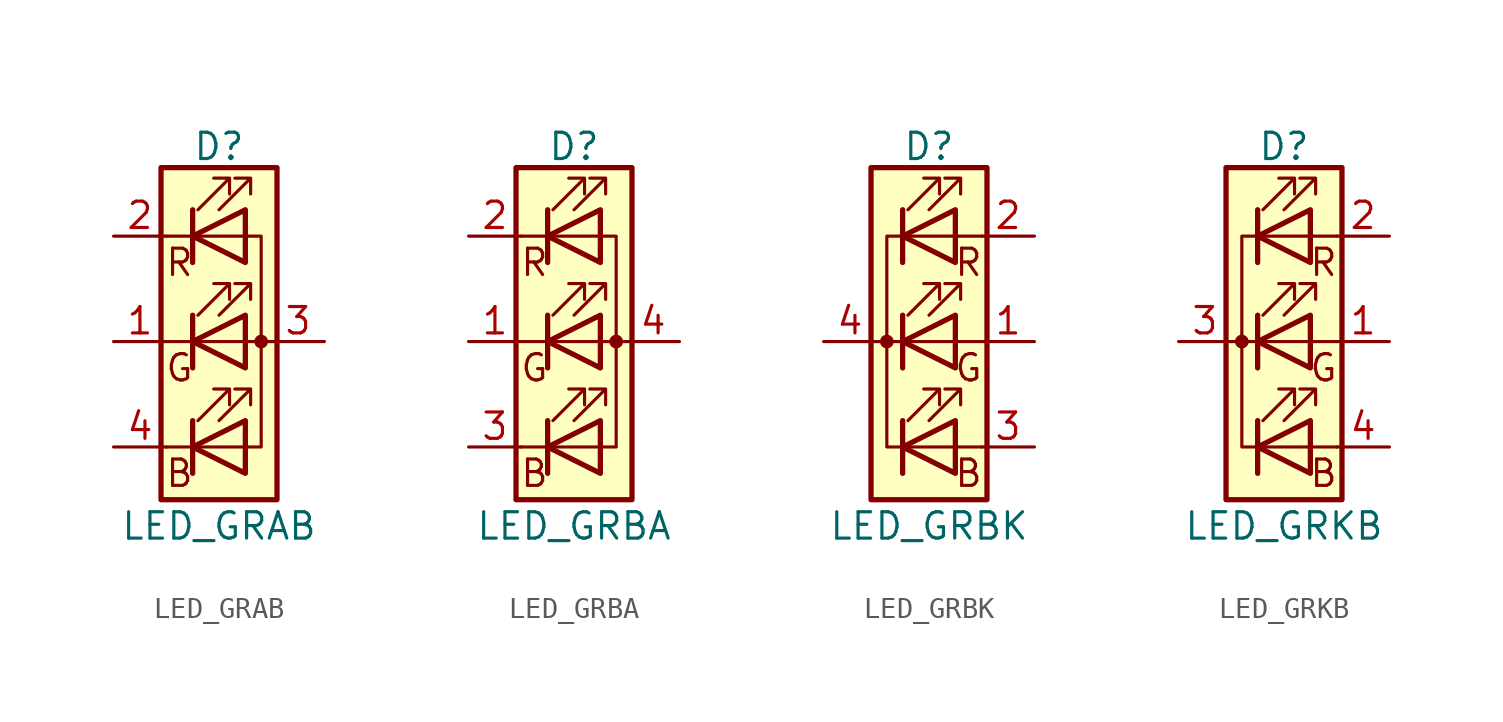
<source format=kicad_sym>
(kicad_symbol_lib
  (version 20241209)
  (generator "kicad_symbol_editor")
  (generator_version "9.0")
  (symbol "LED_GRAB"
    (pin_names
      (offset 0)
      (hide yes))
    (property "Reference" "D"
      (at 0 9.398 0)
      (effects (font (size 1.27 1.27))))
    (property "Value" "LED_GRAB"
      (at 0 -8.89 0)
      (effects (font (size 1.27 1.27))))
    (symbol "LED_GRAB_0_0"
      (text "R" (at -1.905 3.81 0) (effects (font (size 1.27 1.27))))
      (text "G" (at -1.905 -1.27 0) (effects (font (size 1.27 1.27))))
      (text "B" (at -1.905 -6.35 0) (effects (font (size 1.27 1.27)))))
    (symbol "LED_GRAB_0_1"
      (polyline (pts (xy -1.27 6.35) (xy -1.27 3.81)) (stroke (width 0.254) (type default)) (fill (type none)))
      (polyline (pts (xy -1.27 6.35) (xy -1.27 3.81) (xy -1.27 3.81)) (stroke (width 0) (type default)) (fill (type none)))
      (polyline (pts (xy -1.27 5.08) (xy -2.54 5.08)) (stroke (width 0) (type default)) (fill (type none)))
      (polyline (pts (xy -1.27 5.08) (xy 1.27 5.08)) (stroke (width 0) (type default)) (fill (type none)))
      (polyline (pts (xy -1.27 1.27) (xy -1.27 -1.27)) (stroke (width 0.254) (type default)) (fill (type none)))
      (polyline (pts (xy -1.27 1.27) (xy -1.27 -1.27) (xy -1.27 -1.27)) (stroke (width 0) (type default)) (fill (type none)))
      (polyline (pts (xy -1.27 0) (xy -2.54 0)) (stroke (width 0) (type default)) (fill (type none)))
      (polyline (pts (xy -1.27 -3.81) (xy -1.27 -6.35)) (stroke (width 0.254) (type default)) (fill (type none)))
      (polyline (pts (xy -1.27 -5.08) (xy -2.54 -5.08)) (stroke (width 0) (type default)) (fill (type none)))
      (polyline (pts (xy -1.27 -5.08) (xy 1.27 -5.08)) (stroke (width 0) (type default)) (fill (type none)))
      (polyline (pts (xy -1.016 6.35) (xy 0.508 7.874) (xy -0.254 7.874) (xy 0.508 7.874) (xy 0.508 7.112)) (stroke (width 0) (type default)) (fill (type none)))
      (polyline (pts (xy -1.016 1.27) (xy 0.508 2.794) (xy -0.254 2.794) (xy 0.508 2.794) (xy 0.508 2.032)) (stroke (width 0) (type default)) (fill (type none)))
      (polyline (pts (xy -1.016 -3.81) (xy 0.508 -2.286) (xy -0.254 -2.286) (xy 0.508 -2.286) (xy 0.508 -3.048)) (stroke (width 0) (type default)) (fill (type none)))
      (polyline (pts (xy 0 6.35) (xy 1.524 7.874) (xy 0.762 7.874) (xy 1.524 7.874) (xy 1.524 7.112)) (stroke (width 0) (type default)) (fill (type none)))
      (polyline (pts (xy 0 1.27) (xy 1.524 2.794) (xy 0.762 2.794) (xy 1.524 2.794) (xy 1.524 2.032)) (stroke (width 0) (type default)) (fill (type none)))
      (polyline (pts (xy 0 -3.81) (xy 1.524 -2.286) (xy 0.762 -2.286) (xy 1.524 -2.286) (xy 1.524 -3.048)) (stroke (width 0) (type default)) (fill (type none)))
      (polyline (pts (xy 1.27 6.35) (xy 1.27 3.81) (xy -1.27 5.08) (xy 1.27 6.35)) (stroke (width 0.254) (type default)) (fill (type none)))
      (rectangle (start 1.27 6.35) (end 1.27 6.35) (stroke (width 0) (type default)) (fill (type none)))
      (rectangle (start 1.27 3.81) (end 1.27 6.35) (stroke (width 0) (type default)) (fill (type none)))
      (polyline (pts (xy 1.27 1.27) (xy 1.27 -1.27) (xy -1.27 0) (xy 1.27 1.27)) (stroke (width 0.254) (type default)) (fill (type none)))
      (rectangle (start 1.27 1.27) (end 1.27 1.27) (stroke (width 0) (type default)) (fill (type none)))
      (polyline (pts (xy 1.27 0) (xy -1.27 0)) (stroke (width 0) (type default)) (fill (type none)))
      (polyline (pts (xy 1.27 0) (xy 2.54 0)) (stroke (width 0) (type default)) (fill (type none)))
      (rectangle (start 1.27 -1.27) (end 1.27 1.27) (stroke (width 0) (type default)) (fill (type none)))
      (polyline (pts (xy 1.27 -3.81) (xy 1.27 -6.35) (xy -1.27 -5.08) (xy 1.27 -3.81)) (stroke (width 0.254) (type default)) (fill (type none)))
      (polyline (pts (xy 1.27 -5.08) (xy 2.032 -5.08) (xy 2.032 5.08) (xy 1.27 5.08)) (stroke (width 0) (type default)) (fill (type none)))
      (circle (center 2.032 0) (radius 0.254) (stroke (width 0) (type default)) (fill (type outline)))
      (rectangle (start 2.794 8.382) (end -2.794 -7.62) (stroke (width 0.254) (type default)) (fill (type background))))
    (symbol "LED_GRAB_1_1"
      (pin passive line (at -5.08 5.08 0) (length 2.54) (name "RK" (effects (font (size 1.27 1.27)))) (number "2" (effects (font (size 1.27 1.27)))))
      (pin passive line (at -5.08 0 0) (length 2.54) (name "GK" (effects (font (size 1.27 1.27)))) (number "1" (effects (font (size 1.27 1.27)))))
      (pin passive line (at -5.08 -5.08 0) (length 2.54) (name "BK" (effects (font (size 1.27 1.27)))) (number "4" (effects (font (size 1.27 1.27)))))
      (pin passive line (at 5.08 0 180) (length 2.54) (name "A" (effects (font (size 1.27 1.27)))) (number "3" (effects (font (size 1.27 1.27)))))))
  (symbol "LED_GRBA"
    (pin_names
      (offset 0)
      (hide yes))
    (property "Reference" "D"
      (at 0 9.398 0)
      (effects (font (size 1.27 1.27))))
    (property "Value" "LED_GRBA"
      (at 0 -8.89 0)
      (effects (font (size 1.27 1.27))))
    (symbol "LED_GRBA_0_0"
      (text "R" (at -1.905 3.81 0) (effects (font (size 1.27 1.27))))
      (text "G" (at -1.905 -1.27 0) (effects (font (size 1.27 1.27))))
      (text "B" (at -1.905 -6.35 0) (effects (font (size 1.27 1.27)))))
    (symbol "LED_GRBA_0_1"
      (polyline (pts (xy -1.27 6.35) (xy -1.27 3.81)) (stroke (width 0.254) (type default)) (fill (type none)))
      (polyline (pts (xy -1.27 6.35) (xy -1.27 3.81) (xy -1.27 3.81)) (stroke (width 0) (type default)) (fill (type none)))
      (polyline (pts (xy -1.27 5.08) (xy -2.54 5.08)) (stroke (width 0) (type default)) (fill (type none)))
      (polyline (pts (xy -1.27 5.08) (xy 1.27 5.08)) (stroke (width 0) (type default)) (fill (type none)))
      (polyline (pts (xy -1.27 1.27) (xy -1.27 -1.27)) (stroke (width 0.254) (type default)) (fill (type none)))
      (polyline (pts (xy -1.27 1.27) (xy -1.27 -1.27) (xy -1.27 -1.27)) (stroke (width 0) (type default)) (fill (type none)))
      (polyline (pts (xy -1.27 0) (xy -2.54 0)) (stroke (width 0) (type default)) (fill (type none)))
      (polyline (pts (xy -1.27 -3.81) (xy -1.27 -6.35)) (stroke (width 0.254) (type default)) (fill (type none)))
      (polyline (pts (xy -1.27 -5.08) (xy -2.54 -5.08)) (stroke (width 0) (type default)) (fill (type none)))
      (polyline (pts (xy -1.27 -5.08) (xy 1.27 -5.08)) (stroke (width 0) (type default)) (fill (type none)))
      (polyline (pts (xy -1.016 6.35) (xy 0.508 7.874) (xy -0.254 7.874) (xy 0.508 7.874) (xy 0.508 7.112)) (stroke (width 0) (type default)) (fill (type none)))
      (polyline (pts (xy -1.016 1.27) (xy 0.508 2.794) (xy -0.254 2.794) (xy 0.508 2.794) (xy 0.508 2.032)) (stroke (width 0) (type default)) (fill (type none)))
      (polyline (pts (xy -1.016 -3.81) (xy 0.508 -2.286) (xy -0.254 -2.286) (xy 0.508 -2.286) (xy 0.508 -3.048)) (stroke (width 0) (type default)) (fill (type none)))
      (polyline (pts (xy 0 6.35) (xy 1.524 7.874) (xy 0.762 7.874) (xy 1.524 7.874) (xy 1.524 7.112)) (stroke (width 0) (type default)) (fill (type none)))
      (polyline (pts (xy 0 1.27) (xy 1.524 2.794) (xy 0.762 2.794) (xy 1.524 2.794) (xy 1.524 2.032)) (stroke (width 0) (type default)) (fill (type none)))
      (polyline (pts (xy 0 -3.81) (xy 1.524 -2.286) (xy 0.762 -2.286) (xy 1.524 -2.286) (xy 1.524 -3.048)) (stroke (width 0) (type default)) (fill (type none)))
      (polyline (pts (xy 1.27 6.35) (xy 1.27 3.81) (xy -1.27 5.08) (xy 1.27 6.35)) (stroke (width 0.254) (type default)) (fill (type none)))
      (rectangle (start 1.27 6.35) (end 1.27 6.35) (stroke (width 0) (type default)) (fill (type none)))
      (rectangle (start 1.27 3.81) (end 1.27 6.35) (stroke (width 0) (type default)) (fill (type none)))
      (polyline (pts (xy 1.27 1.27) (xy 1.27 -1.27) (xy -1.27 0) (xy 1.27 1.27)) (stroke (width 0.254) (type default)) (fill (type none)))
      (rectangle (start 1.27 1.27) (end 1.27 1.27) (stroke (width 0) (type default)) (fill (type none)))
      (polyline (pts (xy 1.27 0) (xy -1.27 0)) (stroke (width 0) (type default)) (fill (type none)))
      (polyline (pts (xy 1.27 0) (xy 2.54 0)) (stroke (width 0) (type default)) (fill (type none)))
      (rectangle (start 1.27 -1.27) (end 1.27 1.27) (stroke (width 0) (type default)) (fill (type none)))
      (polyline (pts (xy 1.27 -3.81) (xy 1.27 -6.35) (xy -1.27 -5.08) (xy 1.27 -3.81)) (stroke (width 0.254) (type default)) (fill (type none)))
      (polyline (pts (xy 1.27 -5.08) (xy 2.032 -5.08) (xy 2.032 5.08) (xy 1.27 5.08)) (stroke (width 0) (type default)) (fill (type none)))
      (circle (center 2.032 0) (radius 0.254) (stroke (width 0) (type default)) (fill (type outline)))
      (rectangle (start 2.794 8.382) (end -2.794 -7.62) (stroke (width 0.254) (type default)) (fill (type background))))
    (symbol "LED_GRBA_1_1"
      (pin passive line (at -5.08 5.08 0) (length 2.54) (name "RK" (effects (font (size 1.27 1.27)))) (number "2" (effects (font (size 1.27 1.27)))))
      (pin passive line (at -5.08 0 0) (length 2.54) (name "GK" (effects (font (size 1.27 1.27)))) (number "1" (effects (font (size 1.27 1.27)))))
      (pin passive line (at -5.08 -5.08 0) (length 2.54) (name "BK" (effects (font (size 1.27 1.27)))) (number "3" (effects (font (size 1.27 1.27)))))
      (pin passive line (at 5.08 0 180) (length 2.54) (name "A" (effects (font (size 1.27 1.27)))) (number "4" (effects (font (size 1.27 1.27)))))))
  (symbol "LED_GRBK"
    (pin_names
      (offset 0)
      (hide yes))
    (property "Reference" "D"
      (at 0 9.398 0)
      (effects (font (size 1.27 1.27))))
    (property "Value" "LED_GRBK"
      (at 0 -8.89 0)
      (effects (font (size 1.27 1.27))))
    (symbol "LED_GRBK_0_0"
      (text "R" (at 1.905 3.81 0) (effects (font (size 1.27 1.27))))
      (text "G" (at 1.905 -1.27 0) (effects (font (size 1.27 1.27))))
      (text "B" (at 1.905 -6.35 0) (effects (font (size 1.27 1.27)))))
    (symbol "LED_GRBK_0_1"
      (circle (center -2.032 0) (radius 0.254) (stroke (width 0) (type default)) (fill (type outline)))
      (polyline (pts (xy -1.27 6.35) (xy -1.27 3.81)) (stroke (width 0.254) (type default)) (fill (type none)))
      (polyline (pts (xy -1.27 6.35) (xy -1.27 3.81) (xy -1.27 3.81)) (stroke (width 0) (type default)) (fill (type none)))
      (polyline (pts (xy -1.27 5.08) (xy 1.27 5.08)) (stroke (width 0) (type default)) (fill (type none)))
      (polyline (pts (xy -1.27 5.08) (xy -2.032 5.08) (xy -2.032 -5.08) (xy -1.016 -5.08)) (stroke (width 0) (type default)) (fill (type none)))
      (polyline (pts (xy -1.27 1.27) (xy -1.27 -1.27)) (stroke (width 0.254) (type default)) (fill (type none)))
      (polyline (pts (xy -1.27 1.27) (xy -1.27 -1.27) (xy -1.27 -1.27)) (stroke (width 0) (type default)) (fill (type none)))
      (polyline (pts (xy -1.27 0) (xy -2.54 0)) (stroke (width 0) (type default)) (fill (type none)))
      (polyline (pts (xy -1.27 -3.81) (xy -1.27 -6.35)) (stroke (width 0.254) (type default)) (fill (type none)))
      (polyline (pts (xy -1.27 -5.08) (xy 1.27 -5.08)) (stroke (width 0) (type default)) (fill (type none)))
      (polyline (pts (xy -1.016 6.35) (xy 0.508 7.874) (xy -0.254 7.874) (xy 0.508 7.874) (xy 0.508 7.112)) (stroke (width 0) (type default)) (fill (type none)))
      (polyline (pts (xy -1.016 1.27) (xy 0.508 2.794) (xy -0.254 2.794) (xy 0.508 2.794) (xy 0.508 2.032)) (stroke (width 0) (type default)) (fill (type none)))
      (polyline (pts (xy -1.016 -3.81) (xy 0.508 -2.286) (xy -0.254 -2.286) (xy 0.508 -2.286) (xy 0.508 -3.048)) (stroke (width 0) (type default)) (fill (type none)))
      (polyline (pts (xy 0 6.35) (xy 1.524 7.874) (xy 0.762 7.874) (xy 1.524 7.874) (xy 1.524 7.112)) (stroke (width 0) (type default)) (fill (type none)))
      (polyline (pts (xy 0 1.27) (xy 1.524 2.794) (xy 0.762 2.794) (xy 1.524 2.794) (xy 1.524 2.032)) (stroke (width 0) (type default)) (fill (type none)))
      (polyline (pts (xy 0 -3.81) (xy 1.524 -2.286) (xy 0.762 -2.286) (xy 1.524 -2.286) (xy 1.524 -3.048)) (stroke (width 0) (type default)) (fill (type none)))
      (polyline (pts (xy 1.27 6.35) (xy 1.27 3.81) (xy -1.27 5.08) (xy 1.27 6.35)) (stroke (width 0.254) (type default)) (fill (type none)))
      (rectangle (start 1.27 6.35) (end 1.27 6.35) (stroke (width 0) (type default)) (fill (type none)))
      (polyline (pts (xy 1.27 5.08) (xy 2.54 5.08)) (stroke (width 0) (type default)) (fill (type none)))
      (rectangle (start 1.27 3.81) (end 1.27 6.35) (stroke (width 0) (type default)) (fill (type none)))
      (polyline (pts (xy 1.27 1.27) (xy 1.27 -1.27) (xy -1.27 0) (xy 1.27 1.27)) (stroke (width 0.254) (type default)) (fill (type none)))
      (rectangle (start 1.27 1.27) (end 1.27 1.27) (stroke (width 0) (type default)) (fill (type none)))
      (polyline (pts (xy 1.27 0) (xy -1.27 0)) (stroke (width 0) (type default)) (fill (type none)))
      (polyline (pts (xy 1.27 0) (xy 2.54 0)) (stroke (width 0) (type default)) (fill (type none)))
      (rectangle (start 1.27 -1.27) (end 1.27 1.27) (stroke (width 0) (type default)) (fill (type none)))
      (polyline (pts (xy 1.27 -3.81) (xy 1.27 -6.35) (xy -1.27 -5.08) (xy 1.27 -3.81)) (stroke (width 0.254) (type default)) (fill (type none)))
      (polyline (pts (xy 1.27 -5.08) (xy 2.54 -5.08)) (stroke (width 0) (type default)) (fill (type none)))
      (rectangle (start 2.794 8.382) (end -2.794 -7.62) (stroke (width 0.254) (type default)) (fill (type background))))
    (symbol "LED_GRBK_1_1"
      (pin passive line (at -5.08 0 0) (length 2.54) (name "K" (effects (font (size 1.27 1.27)))) (number "4" (effects (font (size 1.27 1.27)))))
      (pin passive line (at 5.08 5.08 180) (length 2.54) (name "RA" (effects (font (size 1.27 1.27)))) (number "2" (effects (font (size 1.27 1.27)))))
      (pin passive line (at 5.08 0 180) (length 2.54) (name "GA" (effects (font (size 1.27 1.27)))) (number "1" (effects (font (size 1.27 1.27)))))
      (pin passive line (at 5.08 -5.08 180) (length 2.54) (name "BA" (effects (font (size 1.27 1.27)))) (number "3" (effects (font (size 1.27 1.27)))))))
  (symbol "LED_GRKB"
    (pin_names
      (offset 0)
      (hide yes))
    (property "Reference" "D"
      (at 0 9.398 0)
      (effects (font (size 1.27 1.27))))
    (property "Value" "LED_GRKB"
      (at 0 -8.89 0)
      (effects (font (size 1.27 1.27))))
    (symbol "LED_GRKB_0_0"
      (text "R" (at 1.905 3.81 0) (effects (font (size 1.27 1.27))))
      (text "G" (at 1.905 -1.27 0) (effects (font (size 1.27 1.27))))
      (text "B" (at 1.905 -6.35 0) (effects (font (size 1.27 1.27)))))
    (symbol "LED_GRKB_0_1"
      (circle (center -2.032 0) (radius 0.254) (stroke (width 0) (type default)) (fill (type outline)))
      (polyline (pts (xy -1.27 6.35) (xy -1.27 3.81)) (stroke (width 0.254) (type default)) (fill (type none)))
      (polyline (pts (xy -1.27 6.35) (xy -1.27 3.81) (xy -1.27 3.81)) (stroke (width 0) (type default)) (fill (type none)))
      (polyline (pts (xy -1.27 5.08) (xy 1.27 5.08)) (stroke (width 0) (type default)) (fill (type none)))
      (polyline (pts (xy -1.27 5.08) (xy -2.032 5.08) (xy -2.032 -5.08) (xy -1.016 -5.08)) (stroke (width 0) (type default)) (fill (type none)))
      (polyline (pts (xy -1.27 1.27) (xy -1.27 -1.27)) (stroke (width 0.254) (type default)) (fill (type none)))
      (polyline (pts (xy -1.27 1.27) (xy -1.27 -1.27) (xy -1.27 -1.27)) (stroke (width 0) (type default)) (fill (type none)))
      (polyline (pts (xy -1.27 0) (xy -2.54 0)) (stroke (width 0) (type default)) (fill (type none)))
      (polyline (pts (xy -1.27 -3.81) (xy -1.27 -6.35)) (stroke (width 0.254) (type default)) (fill (type none)))
      (polyline (pts (xy -1.27 -5.08) (xy 1.27 -5.08)) (stroke (width 0) (type default)) (fill (type none)))
      (polyline (pts (xy -1.016 6.35) (xy 0.508 7.874) (xy -0.254 7.874) (xy 0.508 7.874) (xy 0.508 7.112)) (stroke (width 0) (type default)) (fill (type none)))
      (polyline (pts (xy -1.016 1.27) (xy 0.508 2.794) (xy -0.254 2.794) (xy 0.508 2.794) (xy 0.508 2.032)) (stroke (width 0) (type default)) (fill (type none)))
      (polyline (pts (xy -1.016 -3.81) (xy 0.508 -2.286) (xy -0.254 -2.286) (xy 0.508 -2.286) (xy 0.508 -3.048)) (stroke (width 0) (type default)) (fill (type none)))
      (polyline (pts (xy 0 6.35) (xy 1.524 7.874) (xy 0.762 7.874) (xy 1.524 7.874) (xy 1.524 7.112)) (stroke (width 0) (type default)) (fill (type none)))
      (polyline (pts (xy 0 1.27) (xy 1.524 2.794) (xy 0.762 2.794) (xy 1.524 2.794) (xy 1.524 2.032)) (stroke (width 0) (type default)) (fill (type none)))
      (polyline (pts (xy 0 -3.81) (xy 1.524 -2.286) (xy 0.762 -2.286) (xy 1.524 -2.286) (xy 1.524 -3.048)) (stroke (width 0) (type default)) (fill (type none)))
      (polyline (pts (xy 1.27 6.35) (xy 1.27 3.81) (xy -1.27 5.08) (xy 1.27 6.35)) (stroke (width 0.254) (type default)) (fill (type none)))
      (rectangle (start 1.27 6.35) (end 1.27 6.35) (stroke (width 0) (type default)) (fill (type none)))
      (polyline (pts (xy 1.27 5.08) (xy 2.54 5.08)) (stroke (width 0) (type default)) (fill (type none)))
      (rectangle (start 1.27 3.81) (end 1.27 6.35) (stroke (width 0) (type default)) (fill (type none)))
      (polyline (pts (xy 1.27 1.27) (xy 1.27 -1.27) (xy -1.27 0) (xy 1.27 1.27)) (stroke (width 0.254) (type default)) (fill (type none)))
      (rectangle (start 1.27 1.27) (end 1.27 1.27) (stroke (width 0) (type default)) (fill (type none)))
      (polyline (pts (xy 1.27 0) (xy -1.27 0)) (stroke (width 0) (type default)) (fill (type none)))
      (polyline (pts (xy 1.27 0) (xy 2.54 0)) (stroke (width 0) (type default)) (fill (type none)))
      (rectangle (start 1.27 -1.27) (end 1.27 1.27) (stroke (width 0) (type default)) (fill (type none)))
      (polyline (pts (xy 1.27 -3.81) (xy 1.27 -6.35) (xy -1.27 -5.08) (xy 1.27 -3.81)) (stroke (width 0.254) (type default)) (fill (type none)))
      (polyline (pts (xy 1.27 -5.08) (xy 2.54 -5.08)) (stroke (width 0) (type default)) (fill (type none)))
      (rectangle (start 2.794 8.382) (end -2.794 -7.62) (stroke (width 0.254) (type default)) (fill (type background))))
    (symbol "LED_GRKB_1_1"
      (pin passive line (at -5.08 0 0) (length 2.54) (name "K" (effects (font (size 1.27 1.27)))) (number "3" (effects (font (size 1.27 1.27)))))
      (pin passive line (at 5.08 5.08 180) (length 2.54) (name "RA" (effects (font (size 1.27 1.27)))) (number "2" (effects (font (size 1.27 1.27)))))
      (pin passive line (at 5.08 0 180) (length 2.54) (name "GA" (effects (font (size 1.27 1.27)))) (number "1" (effects (font (size 1.27 1.27)))))
      (pin passive line (at 5.08 -5.08 180) (length 2.54) (name "BA" (effects (font (size 1.27 1.27)))) (number "4" (effects (font (size 1.27 1.27))))))))
</source>
